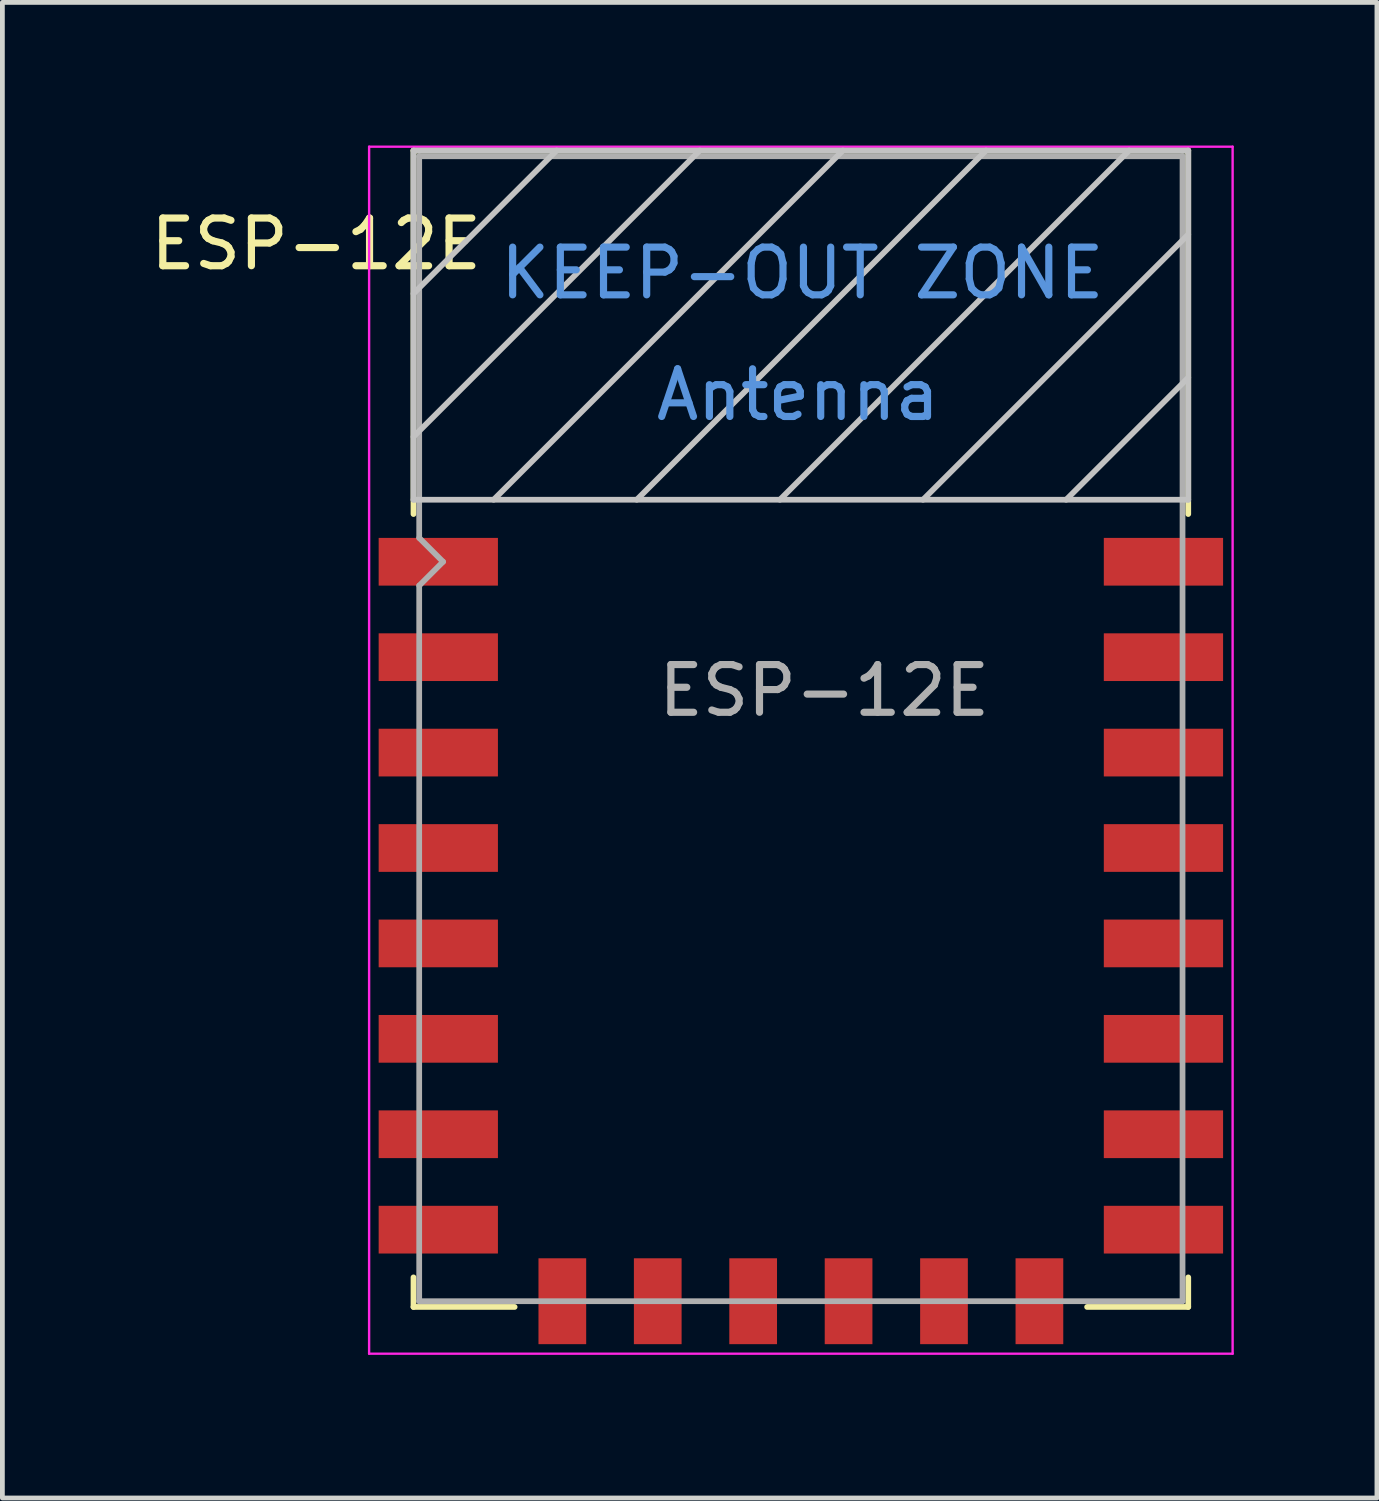
<source format=kicad_pcb>
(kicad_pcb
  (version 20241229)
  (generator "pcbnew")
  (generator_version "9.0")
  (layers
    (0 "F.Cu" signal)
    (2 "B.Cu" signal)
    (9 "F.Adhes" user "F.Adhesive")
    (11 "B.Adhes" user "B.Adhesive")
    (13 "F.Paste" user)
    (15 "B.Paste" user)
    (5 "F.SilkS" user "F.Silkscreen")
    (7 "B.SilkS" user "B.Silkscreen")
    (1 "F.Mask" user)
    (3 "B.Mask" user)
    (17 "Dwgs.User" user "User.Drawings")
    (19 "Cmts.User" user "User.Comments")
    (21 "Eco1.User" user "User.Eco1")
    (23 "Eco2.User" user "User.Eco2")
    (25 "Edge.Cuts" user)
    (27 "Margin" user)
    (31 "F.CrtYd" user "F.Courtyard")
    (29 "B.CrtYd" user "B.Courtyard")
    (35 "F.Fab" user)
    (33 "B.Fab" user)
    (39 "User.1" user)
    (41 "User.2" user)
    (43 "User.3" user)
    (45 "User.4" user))
  (footprint "ESP-12E"
    (layer "F.Cu")
    (at 13.737 12.225)
    (property "Reference" "ESP-12E" (at -10.16 -10.16 0) (layer "F.SilkS") (effects (font (size 1 1) (thickness 0.15))))
    (attr smd)
    (fp_line (start -8.12 -12.12) (end 8.12 -12.12) (stroke (width 0.12) (type solid)) (layer "F.SilkS"))
    (fp_line (start -8.12 -4.5) (end -8.12 -12.12) (stroke (width 0.12) (type solid)) (layer "F.SilkS"))
    (fp_line (start -8.12 12.12) (end -8.12 11.5) (stroke (width 0.12) (type solid)) (layer "F.SilkS"))
    (fp_line (start -6 12.12) (end -8.12 12.12) (stroke (width 0.12) (type solid)) (layer "F.SilkS"))
    (fp_line (start 8.12 -12.12) (end 8.12 -4.5) (stroke (width 0.12) (type solid)) (layer "F.SilkS"))
    (fp_line (start 8.12 11.5) (end 8.12 12.12) (stroke (width 0.12) (type solid)) (layer "F.SilkS"))
    (fp_line (start 8.12 12.12) (end 6 12.12) (stroke (width 0.12) (type solid)) (layer "F.SilkS"))
    (fp_line (start -8.12 -12.12) (end 8.12 -12.12) (stroke (width 0.12) (type solid)) (layer "Dwgs.User"))
    (fp_line (start -8.12 -9.12) (end -5.12 -12.12) (stroke (width 0.12) (type solid)) (layer "Dwgs.User"))
    (fp_line (start -8.12 -6.12) (end -2.12 -12.12) (stroke (width 0.12) (type solid)) (layer "Dwgs.User"))
    (fp_line (start -8.12 -4.8) (end -8.12 -12.12) (stroke (width 0.12) (type solid)) (layer "Dwgs.User"))
    (fp_line (start -6.44 -4.8) (end 0.88 -12.12) (stroke (width 0.12) (type solid)) (layer "Dwgs.User"))
    (fp_line (start -3.44 -4.8) (end 3.88 -12.12) (stroke (width 0.12) (type solid)) (layer "Dwgs.User"))
    (fp_line (start -0.44 -4.8) (end 6.88 -12.12) (stroke (width 0.12) (type solid)) (layer "Dwgs.User"))
    (fp_line (start 2.56 -4.8) (end 8.12 -10.36) (stroke (width 0.12) (type solid)) (layer "Dwgs.User"))
    (fp_line (start 5.56 -4.8) (end 8.12 -7.36) (stroke (width 0.12) (type solid)) (layer "Dwgs.User"))
    (fp_line (start 8.12 -12.12) (end 8.12 -4.8) (stroke (width 0.12) (type solid)) (layer "Dwgs.User"))
    (fp_line (start 8.12 -4.8) (end -8.12 -4.8) (stroke (width 0.12) (type solid)) (layer "Dwgs.User"))
    (fp_line (start -9.05 -12.2) (end 9.05 -12.2) (stroke (width 0.05) (type solid)) (layer "F.CrtYd"))
    (fp_line (start -9.05 13.1) (end -9.05 -12.2) (stroke (width 0.05) (type solid)) (layer "F.CrtYd"))
    (fp_line (start 9.05 -12.2) (end 9.05 13.1) (stroke (width 0.05) (type solid)) (layer "F.CrtYd"))
    (fp_line (start 9.05 13.1) (end -9.05 13.1) (stroke (width 0.05) (type solid)) (layer "F.CrtYd"))
    (fp_line (start -8 -12) (end 8 -12) (stroke (width 0.12) (type solid)) (layer "F.Fab"))
    (fp_line (start -8 -4) (end -8 -12) (stroke (width 0.12) (type solid)) (layer "F.Fab"))
    (fp_line (start -8 -3) (end -7.5 -3.5) (stroke (width 0.12) (type solid)) (layer "F.Fab"))
    (fp_line (start -8 12) (end -8 -3) (stroke (width 0.12) (type solid)) (layer "F.Fab"))
    (fp_line (start -7.5 -3.5) (end -8 -4) (stroke (width 0.12) (type solid)) (layer "F.Fab"))
    (fp_line (start 8 -12) (end 8 12) (stroke (width 0.12) (type solid)) (layer "F.Fab"))
    (fp_line (start 8 12) (end -8 12) (stroke (width 0.12) (type solid)) (layer "F.Fab"))
    (fp_text user "KEEP-OUT ZONE" (at 0.03 -9.55 180) (layer "Cmts.User") (effects (font (size 1 1) (thickness 0.15))))
    (fp_text user "Antenna" (at -0.06 -7 180) (layer "Cmts.User") (effects (font (size 1 1) (thickness 0.15))))
    (fp_text user "${REFERENCE}" (at 0.49 -0.8 0) (layer "F.Fab") (effects (font (size 1 1) (thickness 0.15))))
    (pad "1" smd rect (at -7.6 -3.5) (size 2.5 1) (layers "F.Cu" "F.Mask" "F.Paste"))
    (pad "2" smd rect (at -7.6 -1.5) (size 2.5 1) (layers "F.Cu" "F.Mask" "F.Paste"))
    (pad "3" smd rect (at -7.6 0.5) (size 2.5 1) (layers "F.Cu" "F.Mask" "F.Paste"))
    (pad "4" smd rect (at -7.6 2.5) (size 2.5 1) (layers "F.Cu" "F.Mask" "F.Paste"))
    (pad "5" smd rect (at -7.6 4.5) (size 2.5 1) (layers "F.Cu" "F.Mask" "F.Paste"))
    (pad "6" smd rect (at -7.6 6.5) (size 2.5 1) (layers "F.Cu" "F.Mask" "F.Paste"))
    (pad "7" smd rect (at -7.6 8.5) (size 2.5 1) (layers "F.Cu" "F.Mask" "F.Paste"))
    (pad "8" smd rect (at -7.6 10.5) (size 2.5 1) (layers "F.Cu" "F.Mask" "F.Paste"))
    (pad "9" smd rect (at -5 12) (size 1 1.8) (layers "F.Cu" "F.Mask" "F.Paste"))
    (pad "10" smd rect (at -3 12) (size 1 1.8) (layers "F.Cu" "F.Mask" "F.Paste"))
    (pad "11" smd rect (at -1 12) (size 1 1.8) (layers "F.Cu" "F.Mask" "F.Paste"))
    (pad "12" smd rect (at 1 12) (size 1 1.8) (layers "F.Cu" "F.Mask" "F.Paste"))
    (pad "13" smd rect (at 3 12) (size 1 1.8) (layers "F.Cu" "F.Mask" "F.Paste"))
    (pad "14" smd rect (at 5 12) (size 1 1.8) (layers "F.Cu" "F.Mask" "F.Paste"))
    (pad "15" smd rect (at 7.6 10.5) (size 2.5 1) (layers "F.Cu" "F.Mask" "F.Paste"))
    (pad "16" smd rect (at 7.6 8.5) (size 2.5 1) (layers "F.Cu" "F.Mask" "F.Paste"))
    (pad "17" smd rect (at 7.6 6.5) (size 2.5 1) (layers "F.Cu" "F.Mask" "F.Paste"))
    (pad "18" smd rect (at 7.6 4.5) (size 2.5 1) (layers "F.Cu" "F.Mask" "F.Paste"))
    (pad "19" smd rect (at 7.6 2.5) (size 2.5 1) (layers "F.Cu" "F.Mask" "F.Paste"))
    (pad "20" smd rect (at 7.6 0.5) (size 2.5 1) (layers "F.Cu" "F.Mask" "F.Paste"))
    (pad "21" smd rect (at 7.6 -1.5) (size 2.5 1) (layers "F.Cu" "F.Mask" "F.Paste"))
    (pad "22" smd rect (at 7.6 -3.5) (size 2.5 1) (layers "F.Cu" "F.Mask" "F.Paste")))
  (gr_rect
    (start -3 -3)
    (end 25.812 28.35)
    (stroke (width 0.1) (type default))
    (fill no)
    (layer "Edge.Cuts")))
</source>
